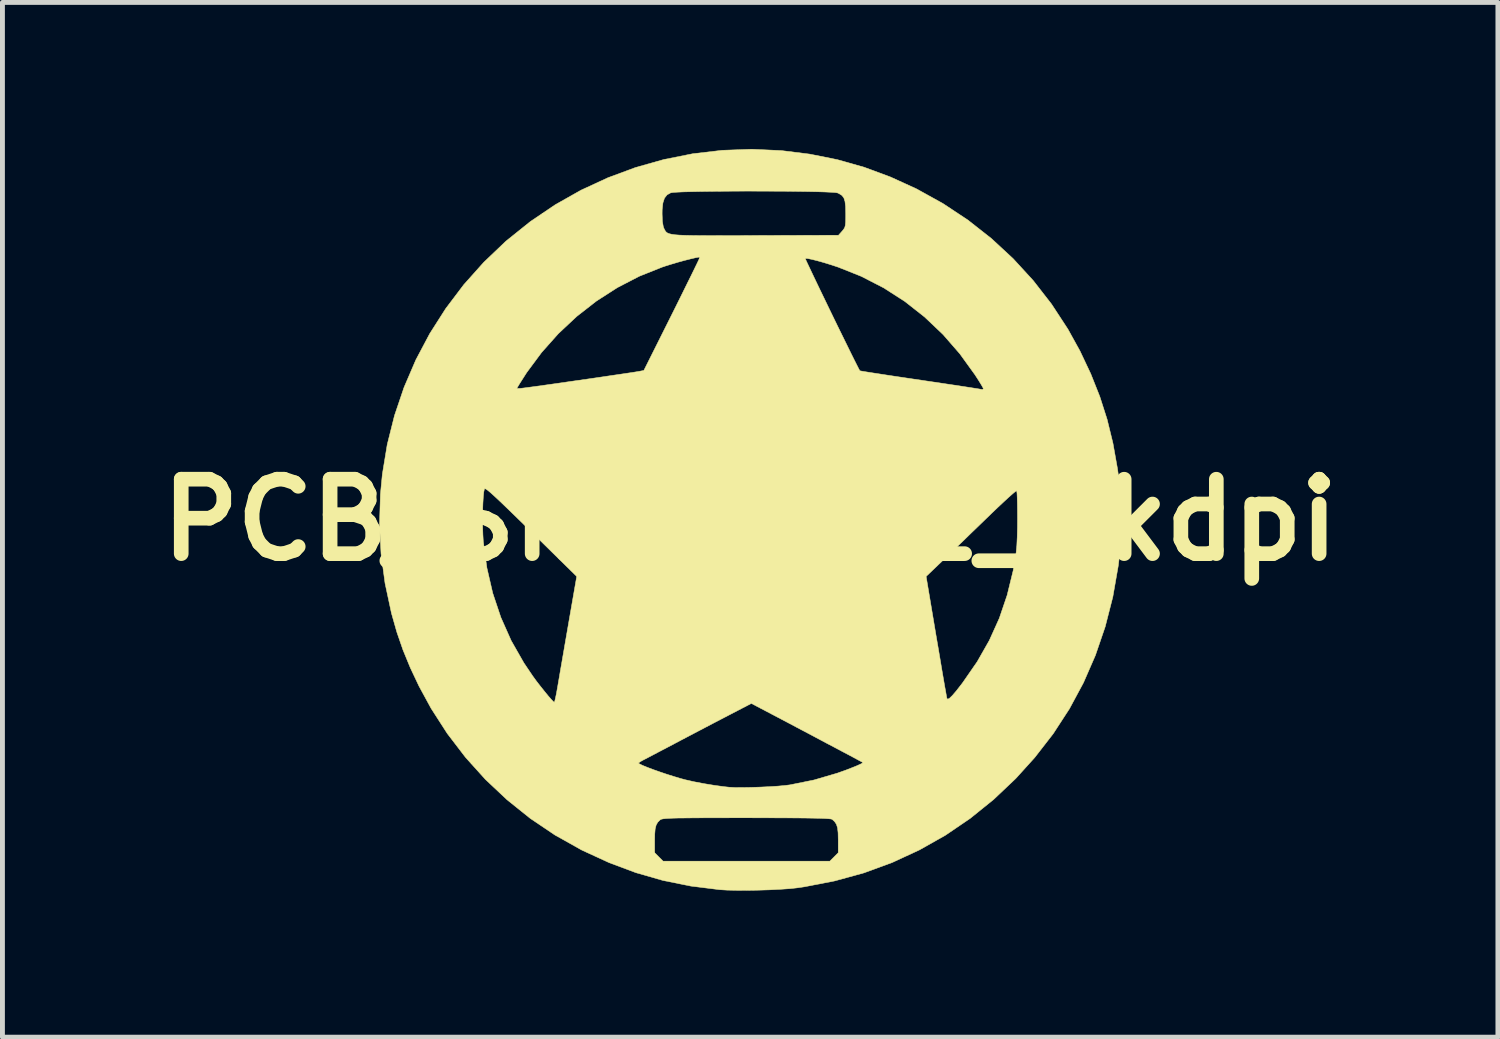
<source format=kicad_pcb>
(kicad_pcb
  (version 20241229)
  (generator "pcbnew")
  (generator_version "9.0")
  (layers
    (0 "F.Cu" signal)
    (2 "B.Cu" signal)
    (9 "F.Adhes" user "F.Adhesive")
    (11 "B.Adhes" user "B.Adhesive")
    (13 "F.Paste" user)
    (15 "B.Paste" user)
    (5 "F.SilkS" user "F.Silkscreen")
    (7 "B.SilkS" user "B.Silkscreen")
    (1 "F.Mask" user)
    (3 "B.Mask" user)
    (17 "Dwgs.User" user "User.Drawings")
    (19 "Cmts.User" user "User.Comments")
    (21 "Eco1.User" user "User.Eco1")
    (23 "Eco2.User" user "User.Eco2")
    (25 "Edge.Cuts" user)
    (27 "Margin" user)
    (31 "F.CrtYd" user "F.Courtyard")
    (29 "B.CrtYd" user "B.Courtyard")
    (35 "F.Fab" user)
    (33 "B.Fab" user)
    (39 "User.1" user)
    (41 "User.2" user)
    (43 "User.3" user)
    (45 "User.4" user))
  (footprint "PCB_Shape_01_1kdpi"
    (layer "F.Cu")
    (at 12.308 7.595)
    (property "Reference" "PCB_Shape_01_1kdpi" (at 0 0 0) (layer "F.SilkS") (effects (font (size 1.524 1.524) (thickness 0.3))))
    (attr through_hole)
    (fp_poly (pts (xy 0.641 -7.562) (xy 1.219 -7.49) (xy 1.787 -7.376) (xy 2.334 -7.221) (xy 2.869 -7.023) (xy 3.404 -6.779) (xy 3.944 -6.48) (xy 4.456 -6.141) (xy 4.936 -5.764) (xy 5.383 -5.35) (xy 5.795 -4.901) (xy 6.169 -4.42) (xy 6.504 -3.908) (xy 6.751 -3.461) (xy 6.973 -2.991) (xy 7.157 -2.528) (xy 7.307 -2.06) (xy 7.426 -1.574) (xy 7.518 -1.058) (xy 7.535 -0.94) (xy 7.553 -0.79) (xy 7.566 -0.622) (xy 7.574 -0.43) (xy 7.578 -0.202) (xy 7.579 0) (xy 7.578 0.26) (xy 7.572 0.479) (xy 7.563 0.664) (xy 7.549 0.827) (xy 7.535 0.94) (xy 7.424 1.575) (xy 7.268 2.185) (xy 7.068 2.77) (xy 6.824 3.33) (xy 6.536 3.865) (xy 6.203 4.377) (xy 5.825 4.864) (xy 5.437 5.293) (xy 4.983 5.723) (xy 4.502 6.111) (xy 3.995 6.456) (xy 3.463 6.756) (xy 2.907 7.013) (xy 2.329 7.225) (xy 1.728 7.39) (xy 1.108 7.51) (xy 0.965 7.531) (xy 0.809 7.548) (xy 0.615 7.561) (xy 0.397 7.572) (xy 0.166 7.579) (xy -0.064 7.583) (xy -0.282 7.582) (xy -0.473 7.578) (xy -0.622 7.569) (xy -1.216 7.495) (xy -1.785 7.38) (xy -2.339 7.221) (xy -2.885 7.017) (xy -3.431 6.766) (xy -3.461 6.751) (xy -3.811 6.554) (xy -1.956 6.554) (xy -1.956 6.812) (xy -1.783 6.985) (xy 1.631 6.985) (xy 1.717 6.899) (xy 1.803 6.812) (xy 1.803 6.549) (xy 1.8 6.407) (xy 1.789 6.305) (xy 1.766 6.231) (xy 1.728 6.174) (xy 1.678 6.129) (xy 1.657 6.122) (xy 1.613 6.117) (xy 1.54 6.112) (xy 1.438 6.108) (xy 1.302 6.105) (xy 1.13 6.102) (xy 0.92 6.1) (xy 0.668 6.099) (xy 0.371 6.098) (xy 0.028 6.097) (xy -0.076 6.097) (xy -0.415 6.097) (xy -0.706 6.098) (xy -0.953 6.098) (xy -1.161 6.099) (xy -1.333 6.101) (xy -1.472 6.102) (xy -1.583 6.105) (xy -1.668 6.109) (xy -1.731 6.113) (xy -1.777 6.118) (xy -1.809 6.124) (xy -1.83 6.131) (xy -1.844 6.14) (xy -1.845 6.141) (xy -1.893 6.189) (xy -1.925 6.246) (xy -1.945 6.324) (xy -1.954 6.433) (xy -1.956 6.554) (xy -3.811 6.554) (xy -3.996 6.451) (xy -4.503 6.109) (xy -4.978 5.728) (xy -5.421 5.311) (xy -5.721 4.978) (xy -2.286 4.978) (xy -2.263 4.996) (xy -2.2 5.026) (xy -2.104 5.065) (xy -1.985 5.11) (xy -1.849 5.158) (xy -1.707 5.206) (xy -1.564 5.251) (xy -1.431 5.291) (xy -1.327 5.319) (xy -1.151 5.359) (xy -0.946 5.398) (xy -0.733 5.433) (xy -0.535 5.46) (xy -0.432 5.471) (xy -0.318 5.477) (xy -0.166 5.478) (xy 0.011 5.475) (xy 0.2 5.469) (xy 0.39 5.46) (xy 0.566 5.449) (xy 0.717 5.435) (xy 0.813 5.423) (xy 1.307 5.323) (xy 1.788 5.182) (xy 1.818 5.171) (xy 1.959 5.121) (xy 2.085 5.072) (xy 2.189 5.03) (xy 2.265 4.995) (xy 2.304 4.973) (xy 2.307 4.966) (xy 2.283 4.952) (xy 2.221 4.919) (xy 2.129 4.869) (xy 2.013 4.807) (xy 1.88 4.737) (xy 1.88 4.737) (xy 1.732 4.658) (xy 1.585 4.581) (xy 1.452 4.51) (xy 1.343 4.452) (xy 1.283 4.42) (xy 1.208 4.38) (xy 1.098 4.322) (xy 0.961 4.25) (xy 0.807 4.168) (xy 0.644 4.082) (xy 0.564 4.04) (xy 0.024 3.756) (xy -0.401 3.977) (xy -0.726 4.146) (xy -1.052 4.317) (xy -1.393 4.496) (xy -1.764 4.692) (xy -1.765 4.692) (xy -1.889 4.757) (xy -2.006 4.819) (xy -2.105 4.871) (xy -2.173 4.906) (xy -2.178 4.908) (xy -2.241 4.943) (xy -2.28 4.97) (xy -2.286 4.978) (xy -5.721 4.978) (xy -5.829 4.858) (xy -6.201 4.372) (xy -6.533 3.856) (xy -6.779 3.404) (xy -6.959 3.023) (xy -7.108 2.66) (xy -7.233 2.298) (xy -7.341 1.919) (xy -7.344 1.908) (xy -7.475 1.297) (xy -7.557 0.69) (xy -7.588 0.084) (xy -7.585 -0.019) (xy -5.479 -0.019) (xy -5.477 0.145) (xy -5.472 0.3) (xy -5.464 0.436) (xy -5.463 0.445) (xy -5.39 0.981) (xy -5.271 1.497) (xy -5.105 1.993) (xy -4.893 2.47) (xy -4.633 2.926) (xy -4.454 3.192) (xy -4.379 3.295) (xy -4.297 3.401) (xy -4.214 3.505) (xy -4.138 3.598) (xy -4.074 3.672) (xy -4.029 3.719) (xy -4.011 3.732) (xy -4.001 3.709) (xy -3.986 3.646) (xy -3.966 3.55) (xy -3.945 3.432) (xy -3.941 3.41) (xy -3.924 3.309) (xy -3.906 3.207) (xy -3.888 3.098) (xy -3.867 2.978) (xy -3.843 2.839) (xy -3.815 2.677) (xy -3.782 2.486) (xy -3.743 2.261) (xy -3.697 1.995) (xy -3.657 1.765) (xy -3.551 1.156) (xy 3.602 1.156) (xy 3.809 2.388) (xy 3.851 2.632) (xy 3.89 2.862) (xy 3.925 3.072) (xy 3.957 3.258) (xy 3.984 3.414) (xy 4.006 3.535) (xy 4.02 3.617) (xy 4.028 3.654) (xy 4.028 3.655) (xy 4.046 3.669) (xy 4.082 3.649) (xy 4.138 3.595) (xy 4.217 3.503) (xy 4.32 3.371) (xy 4.354 3.326) (xy 4.648 2.901) (xy 4.896 2.465) (xy 5.1 2.013) (xy 5.261 1.539) (xy 5.384 1.037) (xy 5.427 0.8) (xy 5.445 0.666) (xy 5.459 0.52) (xy 5.467 0.35) (xy 5.472 0.148) (xy 5.473 -0.03) (xy 5.472 -0.192) (xy 5.47 -0.337) (xy 5.467 -0.457) (xy 5.463 -0.545) (xy 5.457 -0.593) (xy 5.455 -0.598) (xy 5.433 -0.586) (xy 5.38 -0.542) (xy 5.298 -0.47) (xy 5.194 -0.374) (xy 5.071 -0.259) (xy 4.934 -0.128) (xy 4.838 -0.035) (xy 4.675 0.123) (xy 4.507 0.285) (xy 4.343 0.445) (xy 4.188 0.594) (xy 4.053 0.724) (xy 3.944 0.829) (xy 3.921 0.851) (xy 3.602 1.156) (xy -3.551 1.156) (xy -4.487 0.236) (xy -4.699 0.028) (xy -4.878 -0.146) (xy -5.027 -0.29) (xy -5.147 -0.405) (xy -5.243 -0.494) (xy -5.316 -0.56) (xy -5.37 -0.605) (xy -5.406 -0.631) (xy -5.429 -0.64) (xy -5.44 -0.637) (xy -5.441 -0.635) (xy -5.454 -0.573) (xy -5.464 -0.47) (xy -5.472 -0.337) (xy -5.477 -0.184) (xy -5.479 -0.019) (xy -7.585 -0.019) (xy -7.57 -0.525) (xy -7.53 -0.938) (xy -7.43 -1.546) (xy -7.281 -2.14) (xy -7.094 -2.692) (xy -4.779 -2.692) (xy -4.721 -2.692) (xy -4.685 -2.696) (xy -4.603 -2.706) (xy -4.482 -2.722) (xy -4.327 -2.743) (xy -4.142 -2.769) (xy -3.935 -2.798) (xy -3.708 -2.831) (xy -3.519 -2.858) (xy -3.28 -2.892) (xy -3.054 -2.925) (xy -2.846 -2.956) (xy -2.661 -2.983) (xy -2.506 -3.006) (xy -2.386 -3.024) (xy -2.306 -3.037) (xy -2.276 -3.042) (xy -2.177 -3.061) (xy -1.599 -4.216) (xy -1.487 -4.441) (xy -1.383 -4.651) (xy -1.288 -4.844) (xy -1.204 -5.013) (xy -1.135 -5.155) (xy -1.081 -5.266) (xy -1.045 -5.342) (xy -1.04 -5.353) (xy 1.128 -5.353) (xy 1.137 -5.329) (xy 1.166 -5.266) (xy 1.213 -5.167) (xy 1.274 -5.038) (xy 1.347 -4.885) (xy 1.43 -4.712) (xy 1.52 -4.526) (xy 1.614 -4.331) (xy 1.71 -4.133) (xy 1.806 -3.936) (xy 1.899 -3.747) (xy 1.986 -3.57) (xy 2.064 -3.411) (xy 2.132 -3.274) (xy 2.186 -3.167) (xy 2.224 -3.092) (xy 2.244 -3.057) (xy 2.246 -3.055) (xy 2.272 -3.049) (xy 2.343 -3.037) (xy 2.454 -3.019) (xy 2.599 -2.997) (xy 2.773 -2.97) (xy 2.971 -2.94) (xy 3.186 -2.908) (xy 3.28 -2.894) (xy 3.618 -2.844) (xy 3.908 -2.801) (xy 4.155 -2.764) (xy 4.36 -2.733) (xy 4.528 -2.707) (xy 4.661 -2.686) (xy 4.756 -2.67) (xy 4.775 -2.685) (xy 4.775 -2.687) (xy 4.762 -2.715) (xy 4.726 -2.777) (xy 4.673 -2.863) (xy 4.607 -2.965) (xy 4.602 -2.973) (xy 4.292 -3.402) (xy 3.948 -3.797) (xy 3.571 -4.155) (xy 3.166 -4.474) (xy 2.733 -4.752) (xy 2.276 -4.987) (xy 1.802 -5.176) (xy 1.653 -5.225) (xy 1.507 -5.27) (xy 1.375 -5.307) (xy 1.263 -5.335) (xy 1.18 -5.352) (xy 1.134 -5.355) (xy 1.128 -5.353) (xy -1.04 -5.353) (xy -1.029 -5.378) (xy -1.029 -5.38) (xy -1.058 -5.38) (xy -1.126 -5.367) (xy -1.224 -5.344) (xy -1.343 -5.314) (xy -1.474 -5.278) (xy -1.606 -5.239) (xy -1.732 -5.2) (xy -1.803 -5.176) (xy -2.269 -4.99) (xy -2.718 -4.758) (xy -3.146 -4.483) (xy -3.55 -4.168) (xy -3.926 -3.816) (xy -4.269 -3.431) (xy -4.577 -3.016) (xy -4.722 -2.788) (xy -4.779 -2.692) (xy -7.094 -2.692) (xy -7.085 -2.718) (xy -6.845 -3.277) (xy -6.56 -3.815) (xy -6.232 -4.329) (xy -5.864 -4.816) (xy -5.455 -5.274) (xy -5.009 -5.7) (xy -4.978 -5.726) (xy -4.498 -6.111) (xy -4.268 -6.266) (xy -1.803 -6.266) (xy -1.797 -6.111) (xy -1.779 -6.005) (xy -1.765 -5.968) (xy -1.75 -5.939) (xy -1.736 -5.914) (xy -1.718 -5.893) (xy -1.693 -5.875) (xy -1.658 -5.861) (xy -1.609 -5.849) (xy -1.541 -5.839) (xy -1.452 -5.832) (xy -1.338 -5.827) (xy -1.196 -5.824) (xy -1.021 -5.822) (xy -0.81 -5.821) (xy -0.559 -5.822) (xy -0.266 -5.822) (xy 0.075 -5.824) (xy 0.11 -5.824) (xy 1.808 -5.829) (xy 1.882 -5.912) (xy 1.914 -5.951) (xy 1.936 -5.988) (xy 1.948 -6.034) (xy 1.954 -6.101) (xy 1.956 -6.201) (xy 1.956 -6.269) (xy 1.953 -6.415) (xy 1.941 -6.52) (xy 1.918 -6.593) (xy 1.879 -6.644) (xy 1.82 -6.681) (xy 1.788 -6.696) (xy 1.746 -6.703) (xy 1.657 -6.709) (xy 1.529 -6.715) (xy 1.366 -6.72) (xy 1.174 -6.724) (xy 0.957 -6.727) (xy 0.722 -6.73) (xy 0.473 -6.731) (xy 0.216 -6.732) (xy -0.044 -6.733) (xy -0.301 -6.732) (xy -0.55 -6.73) (xy -0.786 -6.728) (xy -1.004 -6.725) (xy -1.198 -6.721) (xy -1.362 -6.717) (xy -1.492 -6.711) (xy -1.582 -6.705) (xy -1.626 -6.698) (xy -1.701 -6.657) (xy -1.754 -6.59) (xy -1.787 -6.49) (xy -1.802 -6.351) (xy -1.803 -6.266) (xy -4.268 -6.266) (xy -3.992 -6.453) (xy -3.463 -6.752) (xy -2.913 -7.006) (xy -2.347 -7.216) (xy -1.766 -7.38) (xy -1.174 -7.498) (xy -0.573 -7.568) (xy 0.033 -7.59) (xy 0.641 -7.562)) (stroke (width 0.01) (type solid)) (fill yes) (layer "F.SilkS")))
  (gr_rect
    (start -3 -3)
    (end 27.616 18.183)
    (stroke (width 0.1) (type default))
    (fill no)
    (layer "Edge.Cuts")))
</source>
